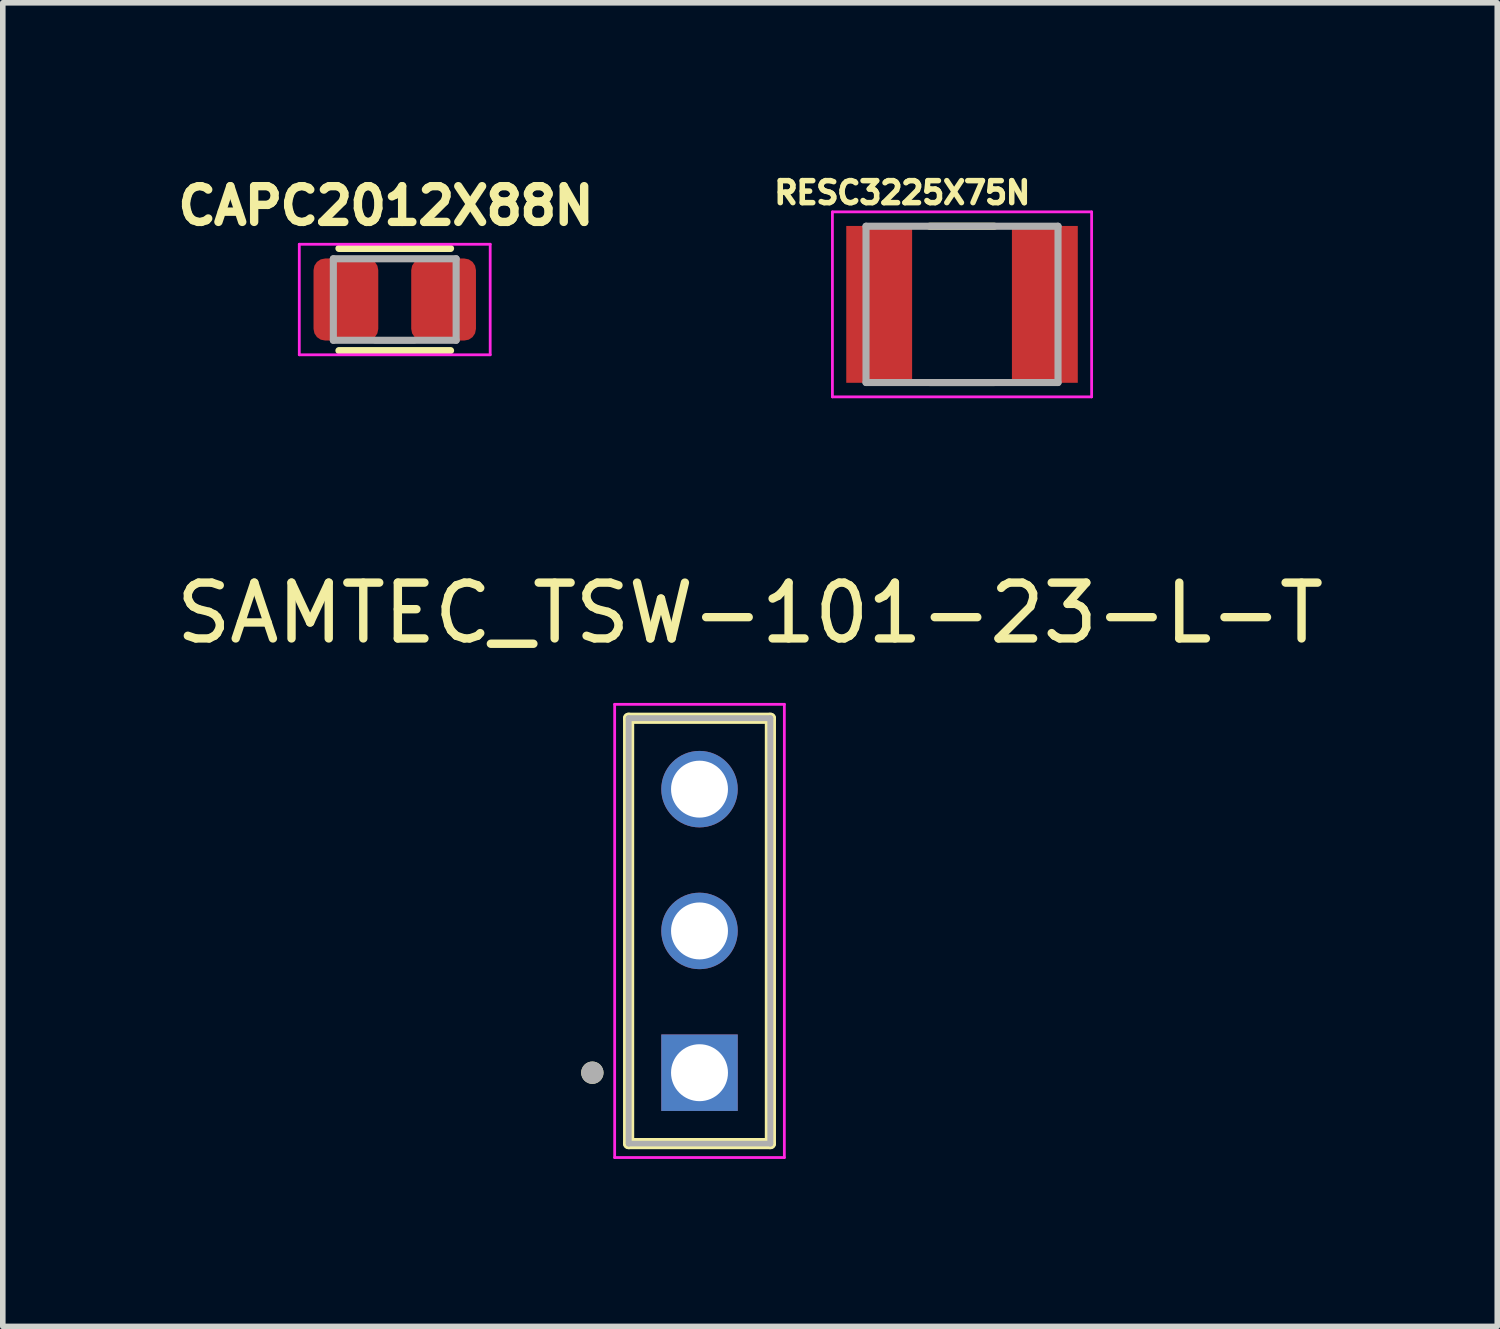
<source format=kicad_pcb>
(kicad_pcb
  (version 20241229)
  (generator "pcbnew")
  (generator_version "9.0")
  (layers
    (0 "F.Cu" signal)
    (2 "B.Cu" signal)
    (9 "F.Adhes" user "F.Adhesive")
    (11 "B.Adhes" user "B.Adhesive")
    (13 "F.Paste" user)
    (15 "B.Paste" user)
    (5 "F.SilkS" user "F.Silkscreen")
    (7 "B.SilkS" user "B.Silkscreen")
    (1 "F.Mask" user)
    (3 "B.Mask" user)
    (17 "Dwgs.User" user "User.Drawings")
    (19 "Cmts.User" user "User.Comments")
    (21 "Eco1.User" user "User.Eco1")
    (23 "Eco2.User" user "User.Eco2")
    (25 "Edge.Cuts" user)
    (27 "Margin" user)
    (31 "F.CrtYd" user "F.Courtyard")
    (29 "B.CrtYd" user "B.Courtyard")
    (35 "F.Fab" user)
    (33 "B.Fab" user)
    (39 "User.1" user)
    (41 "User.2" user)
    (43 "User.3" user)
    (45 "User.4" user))
  (footprint "SAMTEC_TSW-101-23-L-T"
    (layer "F.Cu")
    (at 9.482 16.168)
    (property "Reference" "SAMTEC_TSW-101-23-L-T" (at 0.905 -8.235 0) (layer "F.SilkS") (effects (font (size 1 1) (thickness 0.15))))
    (attr through_hole)
    (fp_line (start -1.27 1.27) (end -1.27 -6.35) (stroke (width 0.2) (type solid)) (layer "F.SilkS"))
    (fp_line (start 1.27 -6.35) (end -1.27 -6.35) (stroke (width 0.2) (type solid)) (layer "F.SilkS"))
    (fp_line (start 1.27 -6.35) (end 1.27 1.27) (stroke (width 0.2) (type solid)) (layer "F.SilkS"))
    (fp_line (start 1.27 1.27) (end -1.27 1.27) (stroke (width 0.2) (type solid)) (layer "F.SilkS"))
    (fp_circle (center -1.92 0) (end -1.82 0) (stroke (width 0.2) (type solid)) (fill no) (layer "F.SilkS"))
    (fp_line (start -1.52 -6.6) (end 1.52 -6.6) (stroke (width 0.05) (type solid)) (layer "F.CrtYd"))
    (fp_line (start -1.52 1.52) (end -1.52 -6.6) (stroke (width 0.05) (type solid)) (layer "F.CrtYd"))
    (fp_line (start 1.52 -6.6) (end 1.52 1.52) (stroke (width 0.05) (type solid)) (layer "F.CrtYd"))
    (fp_line (start 1.52 1.52) (end -1.52 1.52) (stroke (width 0.05) (type solid)) (layer "F.CrtYd"))
    (fp_line (start -1.27 -6.35) (end 1.27 -6.35) (stroke (width 0.1) (type solid)) (layer "F.Fab"))
    (fp_line (start -1.27 -6.35) (end 1.27 -6.35) (stroke (width 0.1) (type solid)) (layer "F.Fab"))
    (fp_line (start -1.27 1.27) (end -1.27 -6.35) (stroke (width 0.1) (type solid)) (layer "F.Fab"))
    (fp_line (start -1.27 1.27) (end -1.27 -6.35) (stroke (width 0.1) (type solid)) (layer "F.Fab"))
    (fp_line (start 1.27 -6.35) (end 1.27 1.27) (stroke (width 0.1) (type solid)) (layer "F.Fab"))
    (fp_line (start 1.27 -6.35) (end 1.27 1.27) (stroke (width 0.1) (type solid)) (layer "F.Fab"))
    (fp_line (start 1.27 1.27) (end -1.27 1.27) (stroke (width 0.1) (type solid)) (layer "F.Fab"))
    (fp_circle (center -1.92 0) (end -1.82 0) (stroke (width 0.2) (type solid)) (fill no) (layer "F.Fab"))
    (pad "01" thru_hole rect (at 0 0) (size 1.37 1.37) (drill 1.02) (layers "*.Cu" "*.Mask"))
    (pad "02" thru_hole circle (at 0 -2.54) (size 1.37 1.37) (drill 1.02) (layers "*.Cu" "*.Mask"))
    (pad "03" thru_hole circle (at 0 -5.08) (size 1.37 1.37) (drill 1.02) (layers "*.Cu" "*.Mask")))
  (footprint "CAPC2012X88N"
    (layer "F.Cu")
    (at 4.022 2.316)
    (property "Reference" "CAPC2012X88N" (at -0.157 -1.679 0) (layer "F.SilkS") (effects (font (size 0.64 0.64) (thickness 0.15))))
    (attr smd)
    (fp_line (start -1 -0.915) (end 1 -0.915) (stroke (width 0.127) (type solid)) (layer "F.SilkS"))
    (fp_line (start -1 0.915) (end 1 0.915) (stroke (width 0.127) (type solid)) (layer "F.SilkS"))
    (fp_line (start -1.71 -0.99) (end 1.71 -0.99) (stroke (width 0.05) (type solid)) (layer "F.CrtYd"))
    (fp_line (start -1.71 0.99) (end -1.71 -0.99) (stroke (width 0.05) (type solid)) (layer "F.CrtYd"))
    (fp_line (start 1.71 -0.99) (end 1.71 0.99) (stroke (width 0.05) (type solid)) (layer "F.CrtYd"))
    (fp_line (start 1.71 0.99) (end -1.71 0.99) (stroke (width 0.05) (type solid)) (layer "F.CrtYd"))
    (fp_line (start -1.1 -0.73) (end 1.1 -0.73) (stroke (width 0.127) (type solid)) (layer "F.Fab"))
    (fp_line (start -1.1 0.73) (end -1.1 -0.73) (stroke (width 0.127) (type solid)) (layer "F.Fab"))
    (fp_line (start -0.356 0.737) (end 0.356 0.737) (stroke (width 0.1) (type solid)) (layer "F.Fab"))
    (fp_line (start 1.1 -0.73) (end 1.1 0.73) (stroke (width 0.127) (type solid)) (layer "F.Fab"))
    (fp_line (start 1.1 0.73) (end -1.1 0.73) (stroke (width 0.127) (type solid)) (layer "F.Fab"))
    (pad "1" smd roundrect (at -0.875 0) (size 1.16 1.47) (layers "F.Cu" "F.Mask" "F.Paste") (roundrect_rratio 0.18))
    (pad "2" smd roundrect (at 0.875 0) (size 1.16 1.47) (layers "F.Cu" "F.Mask" "F.Paste") (roundrect_rratio 0.18)))
  (footprint "RESC3225X75N"
    (layer "F.Cu")
    (at 14.185 2.403)
    (property "Reference" "RESC3225X75N" (at -1.07 -2 0) (layer "F.SilkS") (effects (font (size 0.394 0.394) (thickness 0.15))))
    (attr smd)
    (fp_line (start -0.58 -1.4) (end 0.58 -1.4) (stroke (width 0.127) (type solid)) (layer "F.SilkS"))
    (fp_line (start -0.58 1.4) (end 0.58 1.4) (stroke (width 0.127) (type solid)) (layer "F.SilkS"))
    (fp_line (start -2.322 -1.657) (end 2.322 -1.657) (stroke (width 0.05) (type solid)) (layer "F.CrtYd"))
    (fp_line (start -2.322 1.657) (end -2.322 -1.657) (stroke (width 0.05) (type solid)) (layer "F.CrtYd"))
    (fp_line (start -2.322 1.657) (end 2.322 1.657) (stroke (width 0.05) (type solid)) (layer "F.CrtYd"))
    (fp_line (start 2.322 1.657) (end 2.322 -1.657) (stroke (width 0.05) (type solid)) (layer "F.CrtYd"))
    (fp_line (start -1.72 1.4) (end -1.72 -1.4) (stroke (width 0.127) (type solid)) (layer "F.Fab"))
    (fp_line (start 1.72 -1.4) (end -1.72 -1.4) (stroke (width 0.127) (type solid)) (layer "F.Fab"))
    (fp_line (start 1.72 1.4) (end -1.72 1.4) (stroke (width 0.127) (type solid)) (layer "F.Fab"))
    (fp_line (start 1.72 1.4) (end 1.72 -1.4) (stroke (width 0.127) (type solid)) (layer "F.Fab"))
    (pad "1" smd rect (at -1.484 0) (size 1.18 2.81) (layers "F.Cu" "F.Mask" "F.Paste"))
    (pad "2" smd rect (at 1.484 0) (size 1.18 2.81) (layers "F.Cu" "F.Mask" "F.Paste")))
  (gr_rect
    (start -3 -3)
    (end 23.774 20.713)
    (stroke (width 0.1) (type default))
    (fill no)
    (layer "Edge.Cuts")))
</source>
